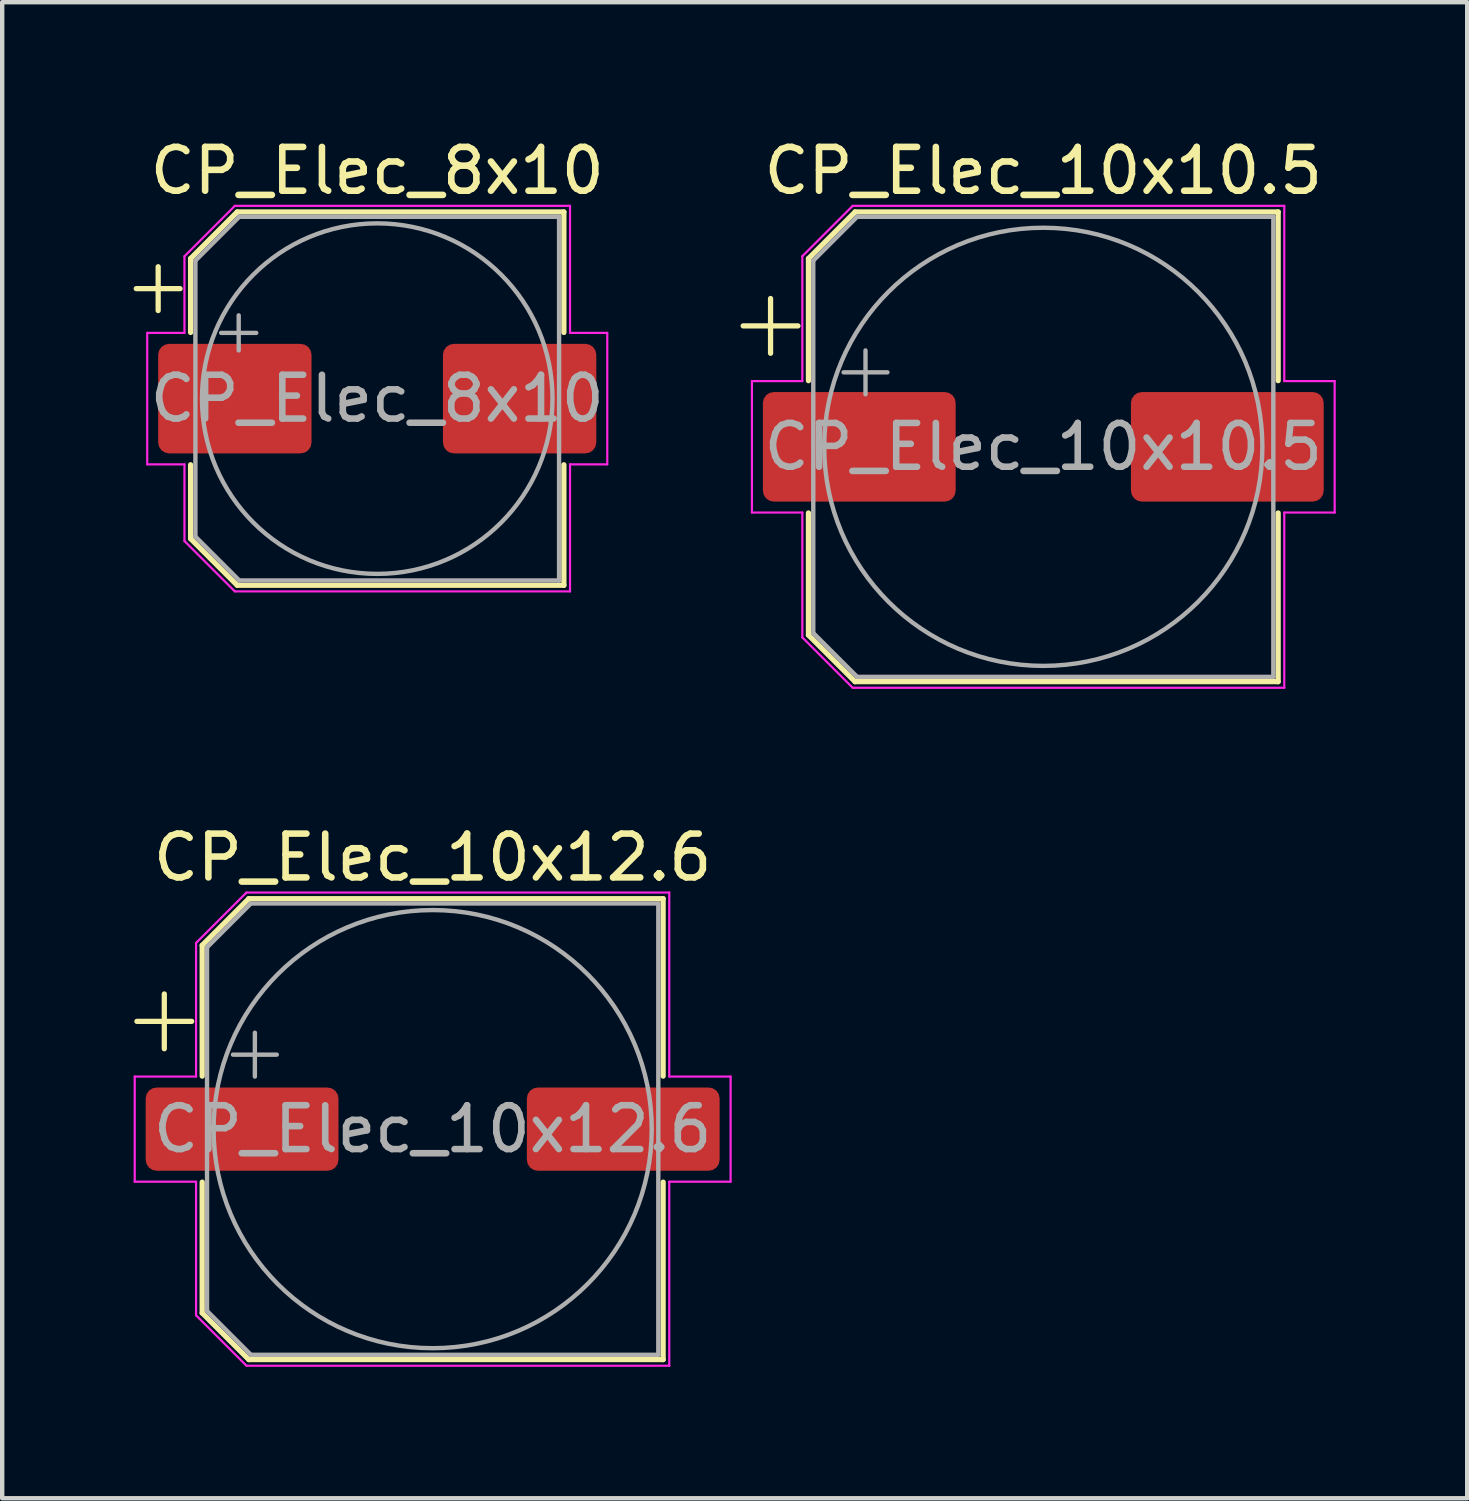
<source format=kicad_pcb>
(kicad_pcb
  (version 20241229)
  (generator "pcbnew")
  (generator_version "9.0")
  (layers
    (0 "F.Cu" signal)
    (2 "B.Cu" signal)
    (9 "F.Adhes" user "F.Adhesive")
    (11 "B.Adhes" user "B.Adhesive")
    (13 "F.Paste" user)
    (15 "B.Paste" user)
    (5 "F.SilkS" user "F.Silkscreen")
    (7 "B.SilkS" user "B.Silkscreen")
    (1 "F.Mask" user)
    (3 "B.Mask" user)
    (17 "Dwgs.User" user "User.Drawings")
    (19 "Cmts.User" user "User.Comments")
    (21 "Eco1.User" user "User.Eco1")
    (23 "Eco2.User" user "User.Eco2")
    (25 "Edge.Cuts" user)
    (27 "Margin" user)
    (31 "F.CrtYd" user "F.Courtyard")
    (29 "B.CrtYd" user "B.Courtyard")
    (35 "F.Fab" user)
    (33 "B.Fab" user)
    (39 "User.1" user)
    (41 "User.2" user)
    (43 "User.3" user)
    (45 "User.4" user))
  (footprint "CP_Elec_10x10.5"
    (layer "F.Cu")
    (at 20.762 7.148)
    (property "Reference" "CP_Elec_10x10.5" (at 0 -6.3 0) (layer "F.SilkS") (effects (font (size 1 1) (thickness 0.15))))
    (attr smd)
    (fp_line (start -6.85 -2.76) (end -5.6 -2.76) (stroke (width 0.12) (type solid)) (layer "F.SilkS"))
    (fp_line (start -6.225 -3.385) (end -6.225 -2.135) (stroke (width 0.12) (type solid)) (layer "F.SilkS"))
    (fp_line (start -5.36 -4.296) (end -5.36 -1.51) (stroke (width 0.12) (type solid)) (layer "F.SilkS"))
    (fp_line (start -5.36 -4.296) (end -4.296 -5.36) (stroke (width 0.12) (type solid)) (layer "F.SilkS"))
    (fp_line (start -5.36 4.296) (end -5.36 1.51) (stroke (width 0.12) (type solid)) (layer "F.SilkS"))
    (fp_line (start -5.36 4.296) (end -4.296 5.36) (stroke (width 0.12) (type solid)) (layer "F.SilkS"))
    (fp_line (start -4.296 -5.36) (end 5.36 -5.36) (stroke (width 0.12) (type solid)) (layer "F.SilkS"))
    (fp_line (start -4.296 5.36) (end 5.36 5.36) (stroke (width 0.12) (type solid)) (layer "F.SilkS"))
    (fp_line (start 5.36 -5.36) (end 5.36 -1.51) (stroke (width 0.12) (type solid)) (layer "F.SilkS"))
    (fp_line (start 5.36 5.36) (end 5.36 1.51) (stroke (width 0.12) (type solid)) (layer "F.SilkS"))
    (fp_line (start -6.65 -1.5) (end -6.65 1.5) (stroke (width 0.05) (type solid)) (layer "F.CrtYd"))
    (fp_line (start -6.65 1.5) (end -5.5 1.5) (stroke (width 0.05) (type solid)) (layer "F.CrtYd"))
    (fp_line (start -5.5 -4.35) (end -5.5 -1.5) (stroke (width 0.05) (type solid)) (layer "F.CrtYd"))
    (fp_line (start -5.5 -4.35) (end -4.35 -5.5) (stroke (width 0.05) (type solid)) (layer "F.CrtYd"))
    (fp_line (start -5.5 -1.5) (end -6.65 -1.5) (stroke (width 0.05) (type solid)) (layer "F.CrtYd"))
    (fp_line (start -5.5 1.5) (end -5.5 4.35) (stroke (width 0.05) (type solid)) (layer "F.CrtYd"))
    (fp_line (start -5.5 4.35) (end -4.35 5.5) (stroke (width 0.05) (type solid)) (layer "F.CrtYd"))
    (fp_line (start -4.35 -5.5) (end 5.5 -5.5) (stroke (width 0.05) (type solid)) (layer "F.CrtYd"))
    (fp_line (start -4.35 5.5) (end 5.5 5.5) (stroke (width 0.05) (type solid)) (layer "F.CrtYd"))
    (fp_line (start 5.5 -5.5) (end 5.5 -1.5) (stroke (width 0.05) (type solid)) (layer "F.CrtYd"))
    (fp_line (start 5.5 -1.5) (end 6.65 -1.5) (stroke (width 0.05) (type solid)) (layer "F.CrtYd"))
    (fp_line (start 5.5 1.5) (end 5.5 5.5) (stroke (width 0.05) (type solid)) (layer "F.CrtYd"))
    (fp_line (start 6.65 -1.5) (end 6.65 1.5) (stroke (width 0.05) (type solid)) (layer "F.CrtYd"))
    (fp_line (start 6.65 1.5) (end 5.5 1.5) (stroke (width 0.05) (type solid)) (layer "F.CrtYd"))
    (fp_line (start -5.25 -4.25) (end -5.25 4.25) (stroke (width 0.1) (type solid)) (layer "F.Fab"))
    (fp_line (start -5.25 -4.25) (end -4.25 -5.25) (stroke (width 0.1) (type solid)) (layer "F.Fab"))
    (fp_line (start -5.25 4.25) (end -4.25 5.25) (stroke (width 0.1) (type solid)) (layer "F.Fab"))
    (fp_line (start -4.558 -1.7) (end -3.558 -1.7) (stroke (width 0.1) (type solid)) (layer "F.Fab"))
    (fp_line (start -4.25 -5.25) (end 5.25 -5.25) (stroke (width 0.1) (type solid)) (layer "F.Fab"))
    (fp_line (start -4.25 5.25) (end 5.25 5.25) (stroke (width 0.1) (type solid)) (layer "F.Fab"))
    (fp_line (start -4.058 -2.2) (end -4.058 -1.2) (stroke (width 0.1) (type solid)) (layer "F.Fab"))
    (fp_line (start 5.25 -5.25) (end 5.25 5.25) (stroke (width 0.1) (type solid)) (layer "F.Fab"))
    (fp_circle (center 0 0) (end 5 0) (stroke (width 0.1) (type solid)) (fill no) (layer "F.Fab"))
    (fp_text user "${REFERENCE}" (at 0 0 0) (layer "F.Fab") (effects (font (size 1 1) (thickness 0.15))))
    (pad "1" smd roundrect (at -4.2 0) (size 4.4 2.5) (layers "F.Cu" "F.Mask" "F.Paste") (roundrect_rratio 0.1))
    (pad "2" smd roundrect (at 4.2 0) (size 4.4 2.5) (layers "F.Cu" "F.Mask" "F.Paste") (roundrect_rratio 0.1)))
  (footprint "CP_Elec_10x12.6"
    (layer "F.Cu")
    (at 6.825 22.721)
    (property "Reference" "CP_Elec_10x12.6" (at 0 -6.2 0) (layer "F.SilkS") (effects (font (size 1 1) (thickness 0.15))))
    (attr smd)
    (fp_line (start -6.75 -2.46) (end -5.5 -2.46) (stroke (width 0.12) (type solid)) (layer "F.SilkS"))
    (fp_line (start -6.125 -3.085) (end -6.125 -1.835) (stroke (width 0.12) (type solid)) (layer "F.SilkS"))
    (fp_line (start -5.26 -4.196) (end -5.26 -1.21) (stroke (width 0.12) (type solid)) (layer "F.SilkS"))
    (fp_line (start -5.26 -4.196) (end -4.196 -5.26) (stroke (width 0.12) (type solid)) (layer "F.SilkS"))
    (fp_line (start -5.26 4.196) (end -5.26 1.21) (stroke (width 0.12) (type solid)) (layer "F.SilkS"))
    (fp_line (start -5.26 4.196) (end -4.196 5.26) (stroke (width 0.12) (type solid)) (layer "F.SilkS"))
    (fp_line (start -4.196 -5.26) (end 5.26 -5.26) (stroke (width 0.12) (type solid)) (layer "F.SilkS"))
    (fp_line (start -4.196 5.26) (end 5.26 5.26) (stroke (width 0.12) (type solid)) (layer "F.SilkS"))
    (fp_line (start 5.26 -5.26) (end 5.26 -1.21) (stroke (width 0.12) (type solid)) (layer "F.SilkS"))
    (fp_line (start 5.26 5.26) (end 5.26 1.21) (stroke (width 0.12) (type solid)) (layer "F.SilkS"))
    (fp_line (start -6.8 -1.2) (end -6.8 1.2) (stroke (width 0.05) (type solid)) (layer "F.CrtYd"))
    (fp_line (start -6.8 1.2) (end -5.4 1.2) (stroke (width 0.05) (type solid)) (layer "F.CrtYd"))
    (fp_line (start -5.4 -4.25) (end -5.4 -1.2) (stroke (width 0.05) (type solid)) (layer "F.CrtYd"))
    (fp_line (start -5.4 -4.25) (end -4.25 -5.4) (stroke (width 0.05) (type solid)) (layer "F.CrtYd"))
    (fp_line (start -5.4 -1.2) (end -6.8 -1.2) (stroke (width 0.05) (type solid)) (layer "F.CrtYd"))
    (fp_line (start -5.4 1.2) (end -5.4 4.25) (stroke (width 0.05) (type solid)) (layer "F.CrtYd"))
    (fp_line (start -5.4 4.25) (end -4.25 5.4) (stroke (width 0.05) (type solid)) (layer "F.CrtYd"))
    (fp_line (start -4.25 -5.4) (end 5.4 -5.4) (stroke (width 0.05) (type solid)) (layer "F.CrtYd"))
    (fp_line (start -4.25 5.4) (end 5.4 5.4) (stroke (width 0.05) (type solid)) (layer "F.CrtYd"))
    (fp_line (start 5.4 -5.4) (end 5.4 -1.2) (stroke (width 0.05) (type solid)) (layer "F.CrtYd"))
    (fp_line (start 5.4 -1.2) (end 6.8 -1.2) (stroke (width 0.05) (type solid)) (layer "F.CrtYd"))
    (fp_line (start 5.4 1.2) (end 5.4 5.4) (stroke (width 0.05) (type solid)) (layer "F.CrtYd"))
    (fp_line (start 6.8 -1.2) (end 6.8 1.2) (stroke (width 0.05) (type solid)) (layer "F.CrtYd"))
    (fp_line (start 6.8 1.2) (end 5.4 1.2) (stroke (width 0.05) (type solid)) (layer "F.CrtYd"))
    (fp_line (start -5.15 -4.15) (end -5.15 4.15) (stroke (width 0.1) (type solid)) (layer "F.Fab"))
    (fp_line (start -5.15 -4.15) (end -4.15 -5.15) (stroke (width 0.1) (type solid)) (layer "F.Fab"))
    (fp_line (start -5.15 4.15) (end -4.15 5.15) (stroke (width 0.1) (type solid)) (layer "F.Fab"))
    (fp_line (start -4.558 -1.7) (end -3.558 -1.7) (stroke (width 0.1) (type solid)) (layer "F.Fab"))
    (fp_line (start -4.15 -5.15) (end 5.15 -5.15) (stroke (width 0.1) (type solid)) (layer "F.Fab"))
    (fp_line (start -4.15 5.15) (end 5.15 5.15) (stroke (width 0.1) (type solid)) (layer "F.Fab"))
    (fp_line (start -4.058 -2.2) (end -4.058 -1.2) (stroke (width 0.1) (type solid)) (layer "F.Fab"))
    (fp_line (start 5.15 -5.15) (end 5.15 5.15) (stroke (width 0.1) (type solid)) (layer "F.Fab"))
    (fp_circle (center 0 0) (end 5 0) (stroke (width 0.1) (type solid)) (fill no) (layer "F.Fab"))
    (fp_text user "${REFERENCE}" (at 0 0 0) (layer "F.Fab") (effects (font (size 1 1) (thickness 0.15))))
    (pad "1" smd roundrect (at -4.35 0) (size 4.4 1.9) (layers "F.Cu" "F.Mask" "F.Paste") (roundrect_rratio 0.132))
    (pad "2" smd roundrect (at 4.35 0) (size 4.4 1.9) (layers "F.Cu" "F.Mask" "F.Paste") (roundrect_rratio 0.132)))
  (footprint "CP_Elec_8x10"
    (layer "F.Cu")
    (at 5.56 6.048)
    (property "Reference" "CP_Elec_8x10" (at 0 -5.2 0) (layer "F.SilkS") (effects (font (size 1 1) (thickness 0.15))))
    (attr smd)
    (fp_line (start -5.5 -2.51) (end -4.5 -2.51) (stroke (width 0.12) (type solid)) (layer "F.SilkS"))
    (fp_line (start -5 -3.01) (end -5 -2.01) (stroke (width 0.12) (type solid)) (layer "F.SilkS"))
    (fp_line (start -4.26 -3.196) (end -4.26 -1.51) (stroke (width 0.12) (type solid)) (layer "F.SilkS"))
    (fp_line (start -4.26 -3.196) (end -3.196 -4.26) (stroke (width 0.12) (type solid)) (layer "F.SilkS"))
    (fp_line (start -4.26 3.196) (end -4.26 1.51) (stroke (width 0.12) (type solid)) (layer "F.SilkS"))
    (fp_line (start -4.26 3.196) (end -3.196 4.26) (stroke (width 0.12) (type solid)) (layer "F.SilkS"))
    (fp_line (start -3.196 -4.26) (end 4.26 -4.26) (stroke (width 0.12) (type solid)) (layer "F.SilkS"))
    (fp_line (start -3.196 4.26) (end 4.26 4.26) (stroke (width 0.12) (type solid)) (layer "F.SilkS"))
    (fp_line (start 4.26 -4.26) (end 4.26 -1.51) (stroke (width 0.12) (type solid)) (layer "F.SilkS"))
    (fp_line (start 4.26 4.26) (end 4.26 1.51) (stroke (width 0.12) (type solid)) (layer "F.SilkS"))
    (fp_line (start -5.25 -1.5) (end -5.25 1.5) (stroke (width 0.05) (type solid)) (layer "F.CrtYd"))
    (fp_line (start -5.25 1.5) (end -4.4 1.5) (stroke (width 0.05) (type solid)) (layer "F.CrtYd"))
    (fp_line (start -4.4 -3.25) (end -4.4 -1.5) (stroke (width 0.05) (type solid)) (layer "F.CrtYd"))
    (fp_line (start -4.4 -3.25) (end -3.25 -4.4) (stroke (width 0.05) (type solid)) (layer "F.CrtYd"))
    (fp_line (start -4.4 -1.5) (end -5.25 -1.5) (stroke (width 0.05) (type solid)) (layer "F.CrtYd"))
    (fp_line (start -4.4 1.5) (end -4.4 3.25) (stroke (width 0.05) (type solid)) (layer "F.CrtYd"))
    (fp_line (start -4.4 3.25) (end -3.25 4.4) (stroke (width 0.05) (type solid)) (layer "F.CrtYd"))
    (fp_line (start -3.25 -4.4) (end 4.4 -4.4) (stroke (width 0.05) (type solid)) (layer "F.CrtYd"))
    (fp_line (start -3.25 4.4) (end 4.4 4.4) (stroke (width 0.05) (type solid)) (layer "F.CrtYd"))
    (fp_line (start 4.4 -4.4) (end 4.4 -1.5) (stroke (width 0.05) (type solid)) (layer "F.CrtYd"))
    (fp_line (start 4.4 -1.5) (end 5.25 -1.5) (stroke (width 0.05) (type solid)) (layer "F.CrtYd"))
    (fp_line (start 4.4 1.5) (end 4.4 4.4) (stroke (width 0.05) (type solid)) (layer "F.CrtYd"))
    (fp_line (start 5.25 -1.5) (end 5.25 1.5) (stroke (width 0.05) (type solid)) (layer "F.CrtYd"))
    (fp_line (start 5.25 1.5) (end 4.4 1.5) (stroke (width 0.05) (type solid)) (layer "F.CrtYd"))
    (fp_line (start -4.15 -3.15) (end -4.15 3.15) (stroke (width 0.1) (type solid)) (layer "F.Fab"))
    (fp_line (start -4.15 -3.15) (end -3.15 -4.15) (stroke (width 0.1) (type solid)) (layer "F.Fab"))
    (fp_line (start -4.15 3.15) (end -3.15 4.15) (stroke (width 0.1) (type solid)) (layer "F.Fab"))
    (fp_line (start -3.562 -1.5) (end -2.762 -1.5) (stroke (width 0.1) (type solid)) (layer "F.Fab"))
    (fp_line (start -3.162 -1.9) (end -3.162 -1.1) (stroke (width 0.1) (type solid)) (layer "F.Fab"))
    (fp_line (start -3.15 -4.15) (end 4.15 -4.15) (stroke (width 0.1) (type solid)) (layer "F.Fab"))
    (fp_line (start -3.15 4.15) (end 4.15 4.15) (stroke (width 0.1) (type solid)) (layer "F.Fab"))
    (fp_line (start 4.15 -4.15) (end 4.15 4.15) (stroke (width 0.1) (type solid)) (layer "F.Fab"))
    (fp_circle (center 0 0) (end 4 0) (stroke (width 0.1) (type solid)) (fill no) (layer "F.Fab"))
    (fp_text user "${REFERENCE}" (at 0 0 0) (layer "F.Fab") (effects (font (size 1 1) (thickness 0.15))))
    (pad "1" smd roundrect (at -3.25 0) (size 3.5 2.5) (layers "F.Cu" "F.Mask" "F.Paste") (roundrect_rratio 0.1))
    (pad "2" smd roundrect (at 3.25 0) (size 3.5 2.5) (layers "F.Cu" "F.Mask" "F.Paste") (roundrect_rratio 0.1)))
  (gr_rect
    (start -3 -3)
    (end 30.437 31.146)
    (stroke (width 0.1) (type default))
    (fill no)
    (layer "Edge.Cuts")))
</source>
